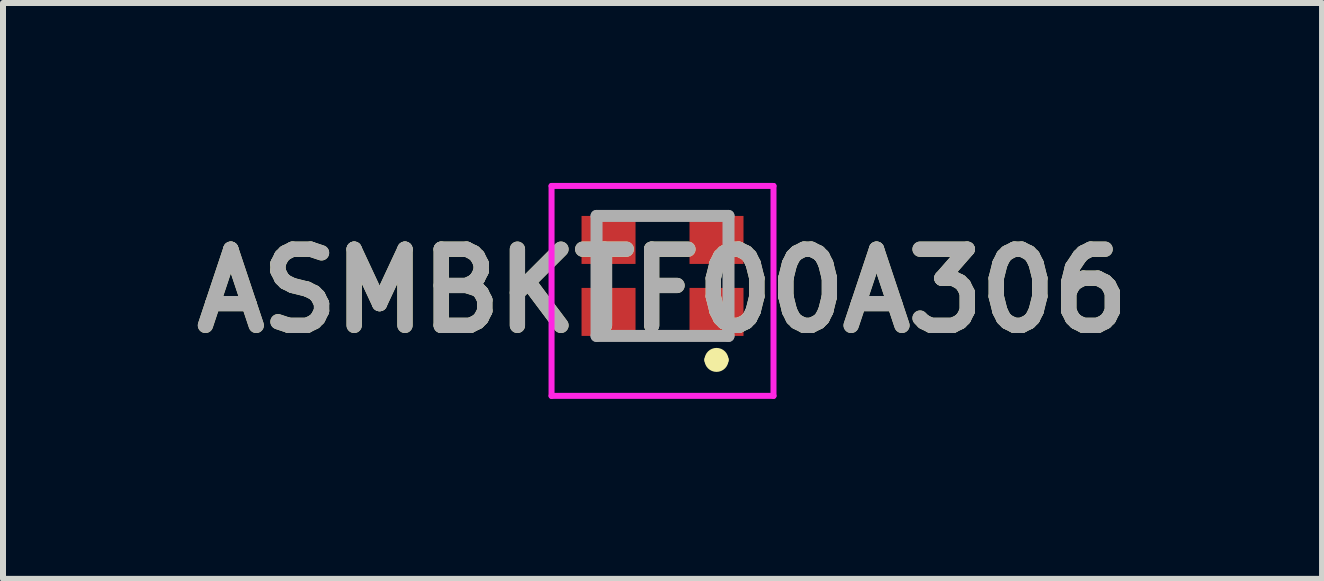
<source format=kicad_pcb>
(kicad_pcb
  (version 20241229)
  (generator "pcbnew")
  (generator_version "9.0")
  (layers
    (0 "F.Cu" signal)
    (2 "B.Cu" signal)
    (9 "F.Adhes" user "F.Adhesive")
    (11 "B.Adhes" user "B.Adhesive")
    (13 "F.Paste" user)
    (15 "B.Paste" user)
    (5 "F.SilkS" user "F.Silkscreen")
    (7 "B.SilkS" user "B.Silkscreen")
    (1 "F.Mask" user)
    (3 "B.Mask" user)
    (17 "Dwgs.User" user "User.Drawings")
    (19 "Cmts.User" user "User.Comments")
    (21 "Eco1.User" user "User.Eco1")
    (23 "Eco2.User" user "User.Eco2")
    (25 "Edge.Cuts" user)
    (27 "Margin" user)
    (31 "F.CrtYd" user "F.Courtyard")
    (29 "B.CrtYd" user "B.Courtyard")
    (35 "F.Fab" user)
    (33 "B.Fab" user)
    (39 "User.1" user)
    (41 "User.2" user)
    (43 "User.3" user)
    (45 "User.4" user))
  (footprint "ASMBKTF00A306"
    (layer "F.Cu")
    (at 7.995 1.55)
    (property "Reference" "ASMBKTF00A306" (at 0 0.25 0) (layer "F.SilkS") (effects (font (size 1.27 1.27) (thickness 0.254))))
    (attr smd)
    (fp_line (start -0.3 -1) (end 0.3 -1) (stroke (width 0.1) (type solid)) (layer "F.SilkS"))
    (fp_line (start -0.3 1) (end 0.3 1) (stroke (width 0.1) (type solid)) (layer "F.SilkS"))
    (fp_line (start 0.8 1.4) (end 0.8 1.4) (stroke (width 0.2) (type solid)) (layer "F.SilkS"))
    (fp_line (start 1 1.4) (end 1 1.4) (stroke (width 0.2) (type solid)) (layer "F.SilkS"))
    (fp_arc (start 0.8 1.4) (mid 0.9 1.3) (end 1 1.4) (stroke (width 0.2) (type solid)) (layer "F.SilkS"))
    (fp_arc (start 1 1.4) (mid 0.9 1.5) (end 0.8 1.4) (stroke (width 0.2) (type solid)) (layer "F.SilkS"))
    (fp_line (start -1.85 -1.5) (end 1.85 -1.5) (stroke (width 0.1) (type solid)) (layer "F.CrtYd"))
    (fp_line (start -1.85 2) (end -1.85 -1.5) (stroke (width 0.1) (type solid)) (layer "F.CrtYd"))
    (fp_line (start 1.85 -1.5) (end 1.85 2) (stroke (width 0.1) (type solid)) (layer "F.CrtYd"))
    (fp_line (start 1.85 2) (end -1.85 2) (stroke (width 0.1) (type solid)) (layer "F.CrtYd"))
    (fp_line (start -1.1 -1) (end 1.1 -1) (stroke (width 0.2) (type solid)) (layer "F.Fab"))
    (fp_line (start -1.1 1) (end -1.1 -1) (stroke (width 0.2) (type solid)) (layer "F.Fab"))
    (fp_line (start 1.1 -1) (end 1.1 1) (stroke (width 0.2) (type solid)) (layer "F.Fab"))
    (fp_line (start 1.1 1) (end -1.1 1) (stroke (width 0.2) (type solid)) (layer "F.Fab"))
    (fp_text user "${REFERENCE}" (at 0 0.25 0) (layer "F.Fab") (effects (font (size 1.27 1.27) (thickness 0.254))))
    (pad "1" smd rect (at 0.9 0.6 90) (size 0.8 0.9) (layers "F.Cu" "F.Mask" "F.Paste"))
    (pad "2" smd rect (at 0.9 -0.6 90) (size 0.8 0.9) (layers "F.Cu" "F.Mask" "F.Paste"))
    (pad "3" smd rect (at -0.9 -0.6 90) (size 0.8 0.9) (layers "F.Cu" "F.Mask" "F.Paste"))
    (pad "4" smd rect (at -0.9 0.6 90) (size 0.8 0.9) (layers "F.Cu" "F.Mask" "F.Paste")))
  (gr_rect
    (start -3 -3)
    (end 18.99 6.6)
    (stroke (width 0.1) (type default))
    (fill no)
    (layer "Edge.Cuts")))
</source>
